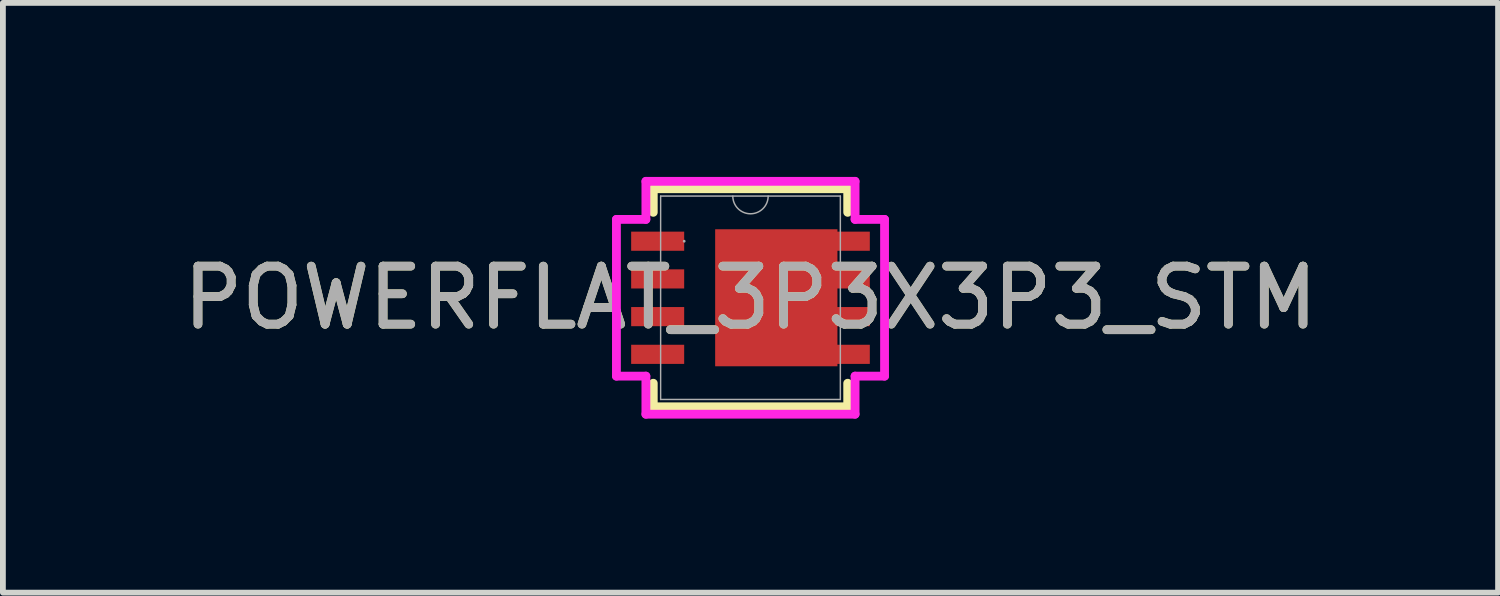
<source format=kicad_pcb>
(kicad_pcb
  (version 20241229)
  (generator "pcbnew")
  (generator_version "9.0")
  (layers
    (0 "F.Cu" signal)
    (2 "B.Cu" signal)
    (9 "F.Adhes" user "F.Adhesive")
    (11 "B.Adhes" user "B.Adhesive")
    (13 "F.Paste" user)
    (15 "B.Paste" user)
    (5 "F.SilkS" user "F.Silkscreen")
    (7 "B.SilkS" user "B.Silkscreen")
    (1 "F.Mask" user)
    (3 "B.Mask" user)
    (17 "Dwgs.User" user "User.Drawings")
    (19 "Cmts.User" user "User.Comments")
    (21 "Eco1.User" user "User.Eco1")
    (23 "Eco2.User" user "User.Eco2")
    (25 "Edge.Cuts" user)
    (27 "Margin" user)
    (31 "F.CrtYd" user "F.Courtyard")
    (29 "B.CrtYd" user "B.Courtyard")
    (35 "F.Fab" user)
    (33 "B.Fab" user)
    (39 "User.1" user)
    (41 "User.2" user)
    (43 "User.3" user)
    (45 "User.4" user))
  (footprint "POWERFLAT_3P3X3P3_STM"
    (layer "F.Cu")
    (at 9.887 2.083)
    (property "Reference" "POWERFLAT_3P3X3P3_STM" (at 0 0 0) (unlocked yes) (layer "F.SilkS") (effects (font (size 1 1) (thickness 0.15))))
    (attr smd)
    (fp_poly (pts (xy 1.499 -1.181) (xy -0.61 -1.181) (xy -0.61 1.181) (xy 1.499 1.181)) (stroke (width 0) (type solid)) (fill yes) (layer "F.Mask"))
    (fp_line (start -1.676 -1.88) (end -1.676 -1.473) (stroke (width 0.152) (type solid)) (layer "F.SilkS"))
    (fp_line (start -1.676 1.473) (end -1.676 1.88) (stroke (width 0.152) (type solid)) (layer "F.SilkS"))
    (fp_line (start -1.676 1.88) (end 1.676 1.88) (stroke (width 0.152) (type solid)) (layer "F.SilkS"))
    (fp_line (start 1.676 -1.88) (end -1.676 -1.88) (stroke (width 0.152) (type solid)) (layer "F.SilkS"))
    (fp_line (start 1.676 -1.473) (end 1.676 -1.88) (stroke (width 0.152) (type solid)) (layer "F.SilkS"))
    (fp_line (start 1.676 1.88) (end 1.676 1.473) (stroke (width 0.152) (type solid)) (layer "F.SilkS"))
    (fp_poly (pts (xy 1.499 -1.181) (xy -0.61 -1.181) (xy -0.61 1.181) (xy 1.499 1.181)) (stroke (width 0) (type solid)) (fill yes) (layer "F.Paste"))
    (fp_line (start -2.311 -1.351) (end -1.803 -1.351) (stroke (width 0.152) (type solid)) (layer "F.CrtYd"))
    (fp_line (start -2.311 1.351) (end -2.311 -1.351) (stroke (width 0.152) (type solid)) (layer "F.CrtYd"))
    (fp_line (start -2.311 1.351) (end -1.803 1.351) (stroke (width 0.152) (type solid)) (layer "F.CrtYd"))
    (fp_line (start -1.803 -2.007) (end 1.803 -2.007) (stroke (width 0.152) (type solid)) (layer "F.CrtYd"))
    (fp_line (start -1.803 -1.351) (end -1.803 -2.007) (stroke (width 0.152) (type solid)) (layer "F.CrtYd"))
    (fp_line (start -1.803 2.007) (end -1.803 1.351) (stroke (width 0.152) (type solid)) (layer "F.CrtYd"))
    (fp_line (start 1.803 -2.007) (end 1.803 -1.351) (stroke (width 0.152) (type solid)) (layer "F.CrtYd"))
    (fp_line (start 1.803 1.351) (end 1.803 2.007) (stroke (width 0.152) (type solid)) (layer "F.CrtYd"))
    (fp_line (start 1.803 2.007) (end -1.803 2.007) (stroke (width 0.152) (type solid)) (layer "F.CrtYd"))
    (fp_line (start 2.311 -1.351) (end 1.803 -1.351) (stroke (width 0.152) (type solid)) (layer "F.CrtYd"))
    (fp_line (start 2.311 -1.351) (end 2.311 1.351) (stroke (width 0.152) (type solid)) (layer "F.CrtYd"))
    (fp_line (start 2.311 1.351) (end 1.803 1.351) (stroke (width 0.152) (type solid)) (layer "F.CrtYd"))
    (fp_line (start -1.549 -1.753) (end -1.549 1.753) (stroke (width 0.025) (type solid)) (layer "F.Fab"))
    (fp_line (start -1.549 1.753) (end 1.549 1.753) (stroke (width 0.025) (type solid)) (layer "F.Fab"))
    (fp_line (start 1.549 -1.753) (end -1.549 -1.753) (stroke (width 0.025) (type solid)) (layer "F.Fab"))
    (fp_line (start 1.549 1.753) (end 1.549 -1.753) (stroke (width 0.025) (type solid)) (layer "F.Fab"))
    (fp_arc (start 0.3048 -1.7526) (mid 0 -1.4478) (end -0.3048 -1.7526) (stroke (width 0.0254) (type solid)) (layer "F.Fab"))
    (fp_circle (center -1.143 -0.975) (end -1.143 -0.975) (stroke (width 0.025) (type solid)) (fill no) (layer "F.Fab"))
    (fp_text user "${REFERENCE}" (at 0 0 0) (unlocked yes) (layer "F.Fab") (effects (font (size 1 1) (thickness 0.15))))
    (pad "1" smd rect (at -1.6 -0.975) (size 0.914 0.33) (layers "F.Cu" "F.Mask" "F.Paste"))
    (pad "2" smd rect (at -1.6 -0.325) (size 0.914 0.33) (layers "F.Cu" "F.Mask" "F.Paste"))
    (pad "3" smd rect (at -1.6 0.325) (size 0.914 0.33) (layers "F.Cu" "F.Mask" "F.Paste"))
    (pad "4" smd rect (at -1.6 0.975) (size 0.914 0.33) (layers "F.Cu" "F.Mask" "F.Paste"))
    (pad "5" smd rect (at 1.6 0.975) (size 0.914 0.33) (layers "F.Cu" "F.Mask" "F.Paste"))
    (pad "6" smd rect (at 1.6 0.325) (size 0.914 0.33) (layers "F.Cu" "F.Mask" "F.Paste"))
    (pad "7" smd rect (at 1.6 -0.325) (size 0.914 0.33) (layers "F.Cu" "F.Mask" "F.Paste"))
    (pad "8" smd rect (at 1.6 -0.975) (size 0.914 0.33) (layers "F.Cu" "F.Mask" "F.Paste"))
    (pad "9" smd rect (at 0.445 0) (size 2.108 2.362) (layers "F.Cu" "F.Mask" "F.Paste")))
  (gr_rect
    (start -3 -3)
    (end 22.774 7.166)
    (stroke (width 0.1) (type default))
    (fill no)
    (layer "Edge.Cuts")))
</source>
